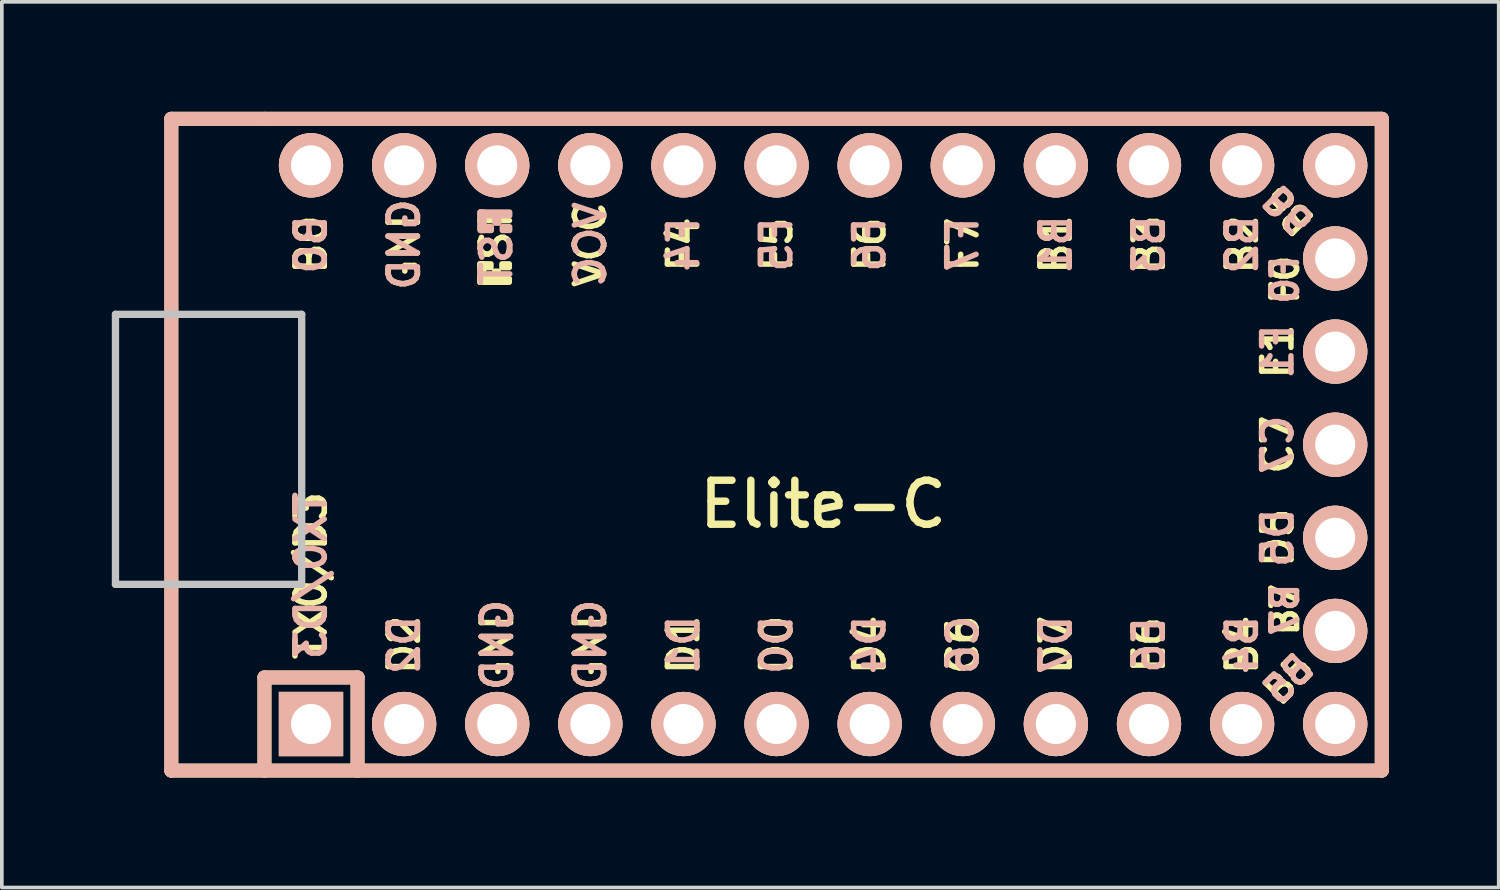
<source format=kicad_pcb>
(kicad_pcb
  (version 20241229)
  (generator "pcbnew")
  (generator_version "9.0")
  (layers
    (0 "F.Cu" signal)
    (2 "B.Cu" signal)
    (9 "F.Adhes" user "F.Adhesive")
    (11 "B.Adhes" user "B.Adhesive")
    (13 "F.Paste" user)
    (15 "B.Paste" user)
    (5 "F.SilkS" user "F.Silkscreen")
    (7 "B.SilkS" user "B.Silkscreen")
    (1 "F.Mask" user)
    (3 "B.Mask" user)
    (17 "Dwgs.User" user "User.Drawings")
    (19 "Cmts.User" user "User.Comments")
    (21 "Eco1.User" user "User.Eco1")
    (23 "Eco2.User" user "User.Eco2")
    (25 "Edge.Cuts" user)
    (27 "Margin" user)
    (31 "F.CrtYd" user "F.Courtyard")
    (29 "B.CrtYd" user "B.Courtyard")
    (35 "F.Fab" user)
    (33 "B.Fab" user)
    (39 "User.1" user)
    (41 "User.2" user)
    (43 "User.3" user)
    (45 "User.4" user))
  (footprint "Elite-C"
    (layer "F.Cu")
    (at 19.404 9.081)
    (property "Reference" "Elite-C" (at 0 1.625 0) (layer "F.SilkS") (effects (font (size 1.2 1.2) (thickness 0.203))))
    (attr through_hole)
    (fp_line (start -17.78 -8.89) (end -17.78 8.89) (stroke (width 0.381) (type solid)) (layer "F.SilkS"))
    (fp_line (start -17.78 8.89) (end -15.24 8.89) (stroke (width 0.381) (type solid)) (layer "F.SilkS"))
    (fp_line (start -15.24 -8.89) (end -17.78 -8.89) (stroke (width 0.381) (type solid)) (layer "F.SilkS"))
    (fp_line (start -15.24 6.35) (end -15.24 8.89) (stroke (width 0.381) (type solid)) (layer "F.SilkS"))
    (fp_line (start -15.24 6.35) (end -12.7 6.35) (stroke (width 0.381) (type solid)) (layer "F.SilkS"))
    (fp_line (start -15.24 8.89) (end 15.24 8.89) (stroke (width 0.381) (type solid)) (layer "F.SilkS"))
    (fp_line (start -12.7 6.35) (end -12.7 8.89) (stroke (width 0.381) (type solid)) (layer "F.SilkS"))
    (fp_line (start 15.24 -8.89) (end -15.24 -8.89) (stroke (width 0.381) (type solid)) (layer "F.SilkS"))
    (fp_line (start 15.24 8.89) (end 15.24 -8.89) (stroke (width 0.381) (type solid)) (layer "F.SilkS"))
    (fp_poly (pts (xy -9.361 -4.932) (xy -9.261 -4.932) (xy -9.261 -4.432) (xy -9.361 -4.432)) (stroke (width 0.15) (type solid)) (fill yes) (layer "F.SilkS"))
    (fp_poly (pts (xy -9.361 -4.932) (xy -9.061 -4.932) (xy -9.061 -4.832) (xy -9.361 -4.832)) (stroke (width 0.15) (type solid)) (fill yes) (layer "F.SilkS"))
    (fp_poly (pts (xy -9.361 -4.532) (xy -8.561 -4.532) (xy -8.561 -4.432) (xy -9.361 -4.432)) (stroke (width 0.15) (type solid)) (fill yes) (layer "F.SilkS"))
    (fp_poly (pts (xy -8.961 -4.732) (xy -8.861 -4.732) (xy -8.861 -4.632) (xy -8.961 -4.632)) (stroke (width 0.15) (type solid)) (fill yes) (layer "F.SilkS"))
    (fp_poly (pts (xy -8.761 -4.932) (xy -8.561 -4.932) (xy -8.561 -4.832) (xy -8.761 -4.832)) (stroke (width 0.15) (type solid)) (fill yes) (layer "F.SilkS"))
    (fp_line (start -17.78 -8.89) (end -17.78 8.89) (stroke (width 0.381) (type solid)) (layer "B.SilkS"))
    (fp_line (start -17.78 8.89) (end 15.24 8.89) (stroke (width 0.381) (type solid)) (layer "B.SilkS"))
    (fp_line (start -15.24 6.35) (end -15.24 8.89) (stroke (width 0.381) (type solid)) (layer "B.SilkS"))
    (fp_line (start -15.24 6.35) (end -12.7 6.35) (stroke (width 0.381) (type solid)) (layer "B.SilkS"))
    (fp_line (start -12.7 6.35) (end -12.7 8.89) (stroke (width 0.381) (type solid)) (layer "B.SilkS"))
    (fp_line (start 15.24 -8.89) (end -17.78 -8.89) (stroke (width 0.381) (type solid)) (layer "B.SilkS"))
    (fp_line (start 15.24 8.89) (end 15.24 -8.89) (stroke (width 0.381) (type solid)) (layer "B.SilkS"))
    (fp_poly (pts (xy -9.351 -6.245) (xy -8.551 -6.245) (xy -8.551 -6.345) (xy -9.351 -6.345)) (stroke (width 0.15) (type solid)) (fill yes) (layer "B.SilkS"))
    (fp_poly (pts (xy -9.351 -5.845) (xy -9.251 -5.845) (xy -9.251 -6.345) (xy -9.351 -6.345)) (stroke (width 0.15) (type solid)) (fill yes) (layer "B.SilkS"))
    (fp_poly (pts (xy -9.351 -5.845) (xy -9.051 -5.845) (xy -9.051 -5.945) (xy -9.351 -5.945)) (stroke (width 0.15) (type solid)) (fill yes) (layer "B.SilkS"))
    (fp_poly (pts (xy -8.951 -6.045) (xy -8.851 -6.045) (xy -8.851 -6.145) (xy -8.951 -6.145)) (stroke (width 0.15) (type solid)) (fill yes) (layer "B.SilkS"))
    (fp_poly (pts (xy -8.751 -5.845) (xy -8.551 -5.845) (xy -8.551 -5.945) (xy -8.751 -5.945)) (stroke (width 0.15) (type solid)) (fill yes) (layer "B.SilkS"))
    (fp_line (start -19.304 -3.556) (end -14.224 -3.556) (stroke (width 0.2) (type solid)) (layer "Dwgs.User"))
    (fp_line (start -19.304 3.81) (end -19.304 -3.556) (stroke (width 0.2) (type solid)) (layer "Dwgs.User"))
    (fp_line (start -14.224 -3.556) (end -14.224 3.81) (stroke (width 0.2) (type solid)) (layer "Dwgs.User"))
    (fp_line (start -14.224 3.81) (end -19.304 3.81) (stroke (width 0.2) (type solid)) (layer "Dwgs.User"))
    (fp_text user "B0" (at -13.97 -5.461 90) (layer "F.SilkS") (effects (font (size 0.8 0.8) (thickness 0.15))))
    (fp_text user "C6" (at 3.81 5.461 90) (layer "F.SilkS") (effects (font (size 0.8 0.8) (thickness 0.15))))
    (fp_text user "B5" (at 12.7 6.4 45) (layer "F.SilkS") (effects (font (size 0.7 0.7) (thickness 0.15))))
    (fp_text user "GND" (at -6.35 5.461 90) (layer "F.SilkS") (effects (font (size 0.8 0.8) (thickness 0.15))))
    (fp_text user "B2" (at 11.43 -5.461 90) (layer "F.SilkS") (effects (font (size 0.8 0.8) (thickness 0.15))))
    (fp_text user "C7" (at 12.4 0 90) (layer "F.SilkS") (effects (font (size 0.8 0.8) (thickness 0.15))))
    (fp_text user "F0" (at 12.6 -4.5 90) (layer "F.SilkS") (effects (font (size 0.7 0.7) (thickness 0.15))))
    (fp_text user "ST" (at -8.92 -5.733 90) (layer "F.SilkS") (effects (font (size 0.8 0.8) (thickness 0.15))))
    (fp_text user "B3" (at 8.89 -5.461 90) (layer "F.SilkS") (effects (font (size 0.8 0.8) (thickness 0.15))))
    (fp_text user "D1" (at -3.81 5.461 90) (layer "F.SilkS") (effects (font (size 0.8 0.8) (thickness 0.15))))
    (fp_text user "D4" (at 1.27 5.461 90) (layer "F.SilkS") (effects (font (size 0.8 0.8) (thickness 0.15))))
    (fp_text user "VCC" (at -6.35 -5.461 90) (layer "F.SilkS") (effects (font (size 0.8 0.8) (thickness 0.15))))
    (fp_text user "GND" (at -11.43 -5.461 90) (layer "F.SilkS") (effects (font (size 0.8 0.8) (thickness 0.15))))
    (fp_text user "E6" (at 8.89 5.461 90) (layer "F.SilkS") (effects (font (size 0.8 0.8) (thickness 0.15))))
    (fp_text user "B7" (at 12.6 4.5 90) (layer "F.SilkS") (effects (font (size 0.7 0.7) (thickness 0.15))))
    (fp_text user "F5" (at -1.27 -5.461 90) (layer "F.SilkS") (effects (font (size 0.8 0.8) (thickness 0.15))))
    (fp_text user "B1" (at 6.35 -5.461 90) (layer "F.SilkS") (effects (font (size 0.8 0.8) (thickness 0.15))))
    (fp_text user "F1" (at 12.4 -2.54 90) (layer "F.SilkS") (effects (font (size 0.8 0.8) (thickness 0.15))))
    (fp_text user "F7" (at 3.81 -5.461 90) (layer "F.SilkS") (effects (font (size 0.8 0.8) (thickness 0.15))))
    (fp_text user "D7" (at 6.35 5.461 90) (layer "F.SilkS") (effects (font (size 0.8 0.8) (thickness 0.15))))
    (fp_text user "D5" (at 12.4 2.54 90) (layer "F.SilkS") (effects (font (size 0.8 0.8) (thickness 0.15))))
    (fp_text user "B4" (at 11.43 5.461 90) (layer "F.SilkS") (effects (font (size 0.8 0.8) (thickness 0.15))))
    (fp_text user "TX0/D3" (at -13.97 3.572 90) (layer "F.SilkS") (effects (font (size 0.8 0.8) (thickness 0.15))))
    (fp_text user "D2" (at -11.43 5.461 90) (layer "F.SilkS") (effects (font (size 0.8 0.8) (thickness 0.15))))
    (fp_text user "B6" (at 12.7 -6.4 135) (unlocked yes) (layer "F.SilkS") (effects (font (size 0.7 0.7) (thickness 0.15))))
    (fp_text user "F4" (at -3.81 -5.461 90) (layer "F.SilkS") (effects (font (size 0.8 0.8) (thickness 0.15))))
    (fp_text user "F6" (at 1.27 -5.461 90) (layer "F.SilkS") (effects (font (size 0.8 0.8) (thickness 0.15))))
    (fp_text user "D0" (at -1.27 5.461 90) (layer "F.SilkS") (effects (font (size 0.8 0.8) (thickness 0.15))))
    (fp_text user "GND" (at -8.89 5.461 90) (layer "F.SilkS") (effects (font (size 0.8 0.8) (thickness 0.15))))
    (fp_text user "F7" (at 3.81 -5.461 90) (layer "B.SilkS") (effects (font (size 0.8 0.8) (thickness 0.15)) (justify mirror)))
    (fp_text user "B4" (at 11.43 5.461 90) (layer "B.SilkS") (effects (font (size 0.8 0.8) (thickness 0.15)) (justify mirror)))
    (fp_text user "F6" (at 1.27 -5.461 90) (layer "B.SilkS") (effects (font (size 0.8 0.8) (thickness 0.15)) (justify mirror)))
    (fp_text user "B1" (at 6.35 -5.461 90) (layer "B.SilkS") (effects (font (size 0.8 0.8) (thickness 0.15)) (justify mirror)))
    (fp_text user "B7" (at 12.6 4.5 90) (layer "B.SilkS") (effects (font (size 0.7 0.7) (thickness 0.15)) (justify mirror)))
    (fp_text user "GND" (at -8.89 5.461 90) (layer "B.SilkS") (effects (font (size 0.8 0.8) (thickness 0.15)) (justify mirror)))
    (fp_text user "B3" (at 8.89 -5.461 90) (layer "B.SilkS") (effects (font (size 0.8 0.8) (thickness 0.15)) (justify mirror)))
    (fp_text user "D2" (at -11.43 5.461 90) (layer "B.SilkS") (effects (font (size 0.8 0.8) (thickness 0.15)) (justify mirror)))
    (fp_text user "ST" (at -8.91 -5.04 90) (layer "B.SilkS") (effects (font (size 0.8 0.8) (thickness 0.15)) (justify mirror)))
    (fp_text user "B2" (at 11.43 -5.461 90) (layer "B.SilkS") (effects (font (size 0.8 0.8) (thickness 0.15)) (justify mirror)))
    (fp_text user "GND" (at -6.35 5.461 90) (layer "B.SilkS") (effects (font (size 0.8 0.8) (thickness 0.15)) (justify mirror)))
    (fp_text user "TX0/D3" (at -13.97 3.572 90) (layer "B.SilkS") (effects (font (size 0.8 0.8) (thickness 0.15)) (justify mirror)))
    (fp_text user "F0" (at 12.6 -4.5 90) (layer "B.SilkS") (effects (font (size 0.7 0.7) (thickness 0.15)) (justify mirror)))
    (fp_text user "B6" (at 12.7 -6.4 135) (unlocked yes) (layer "B.SilkS") (effects (font (size 0.7 0.7) (thickness 0.15)) (justify mirror)))
    (fp_text user "D0" (at -1.27 5.461 90) (layer "B.SilkS") (effects (font (size 0.8 0.8) (thickness 0.15)) (justify mirror)))
    (fp_text user "D5" (at 12.4 2.54 90) (layer "B.SilkS") (effects (font (size 0.8 0.8) (thickness 0.15)) (justify mirror)))
    (fp_text user "B0" (at -13.97 -5.461 90) (layer "B.SilkS") (effects (font (size 0.8 0.8) (thickness 0.15)) (justify mirror)))
    (fp_text user "F4" (at -3.81 -5.461 90) (layer "B.SilkS") (effects (font (size 0.8 0.8) (thickness 0.15)) (justify mirror)))
    (fp_text user "B5" (at 12.7 6.4 45) (layer "B.SilkS") (effects (font (size 0.7 0.7) (thickness 0.15)) (justify mirror)))
    (fp_text user "C7" (at 12.4 0 90) (layer "B.SilkS") (effects (font (size 0.8 0.8) (thickness 0.15)) (justify mirror)))
    (fp_text user "D4" (at 1.27 5.461 90) (layer "B.SilkS") (effects (font (size 0.8 0.8) (thickness 0.15)) (justify mirror)))
    (fp_text user "E6" (at 8.89 5.461 90) (layer "B.SilkS") (effects (font (size 0.8 0.8) (thickness 0.15)) (justify mirror)))
    (fp_text user "D1" (at -3.81 5.461 90) (layer "B.SilkS") (effects (font (size 0.8 0.8) (thickness 0.15)) (justify mirror)))
    (fp_text user "C6" (at 3.81 5.461 90) (layer "B.SilkS") (effects (font (size 0.8 0.8) (thickness 0.15)) (justify mirror)))
    (fp_text user "D7" (at 6.35 5.461 90) (layer "B.SilkS") (effects (font (size 0.8 0.8) (thickness 0.15)) (justify mirror)))
    (fp_text user "F1" (at 12.4 -2.54 90) (layer "B.SilkS") (effects (font (size 0.8 0.8) (thickness 0.15)) (justify mirror)))
    (fp_text user "F5" (at -1.27 -5.461 90) (layer "B.SilkS") (effects (font (size 0.8 0.8) (thickness 0.15)) (justify mirror)))
    (fp_text user "GND" (at -11.43 -5.461 90) (layer "B.SilkS") (effects (font (size 0.8 0.8) (thickness 0.15)) (justify mirror)))
    (fp_text user "VCC" (at -6.35 -5.461 90) (layer "B.SilkS") (effects (font (size 0.8 0.8) (thickness 0.15)) (justify mirror)))
    (pad "1" thru_hole rect (at -13.97 7.62) (size 1.753 1.753) (drill 1.092) (layers "*.Cu" "*.SilkS" "*.Mask"))
    (pad "2" thru_hole circle (at -11.43 7.62) (size 1.753 1.753) (drill 1.092) (layers "*.Cu" "*.SilkS" "*.Mask"))
    (pad "3" thru_hole circle (at -8.89 7.62) (size 1.753 1.753) (drill 1.092) (layers "*.Cu" "*.SilkS" "*.Mask"))
    (pad "4" thru_hole circle (at -6.35 7.62) (size 1.753 1.753) (drill 1.092) (layers "*.Cu" "*.SilkS" "*.Mask"))
    (pad "5" thru_hole circle (at -3.81 7.62) (size 1.753 1.753) (drill 1.092) (layers "*.Cu" "*.SilkS" "*.Mask"))
    (pad "6" thru_hole circle (at -1.27 7.62) (size 1.753 1.753) (drill 1.092) (layers "*.Cu" "*.SilkS" "*.Mask"))
    (pad "7" thru_hole circle (at 1.27 7.62) (size 1.753 1.753) (drill 1.092) (layers "*.Cu" "*.SilkS" "*.Mask"))
    (pad "8" thru_hole circle (at 3.81 7.62) (size 1.753 1.753) (drill 1.092) (layers "*.Cu" "*.SilkS" "*.Mask"))
    (pad "9" thru_hole circle (at 6.35 7.62) (size 1.753 1.753) (drill 1.092) (layers "*.Cu" "*.SilkS" "*.Mask"))
    (pad "10" thru_hole circle (at 8.89 7.62) (size 1.753 1.753) (drill 1.092) (layers "*.Cu" "*.SilkS" "*.Mask"))
    (pad "11" thru_hole circle (at 11.43 7.62) (size 1.753 1.753) (drill 1.092) (layers "*.Cu" "*.SilkS" "*.Mask"))
    (pad "12" thru_hole circle (at 13.97 7.62) (size 1.753 1.753) (drill 1.092) (layers "*.Cu" "*.SilkS" "*.Mask"))
    (pad "13" thru_hole circle (at 13.97 -7.62) (size 1.753 1.753) (drill 1.092) (layers "*.Cu" "*.SilkS" "*.Mask"))
    (pad "14" thru_hole circle (at 11.43 -7.62) (size 1.753 1.753) (drill 1.092) (layers "*.Cu" "*.SilkS" "*.Mask"))
    (pad "15" thru_hole circle (at 8.89 -7.62) (size 1.753 1.753) (drill 1.092) (layers "*.Cu" "*.SilkS" "*.Mask"))
    (pad "16" thru_hole circle (at 6.35 -7.62) (size 1.753 1.753) (drill 1.092) (layers "*.Cu" "*.SilkS" "*.Mask"))
    (pad "17" thru_hole circle (at 3.81 -7.62) (size 1.753 1.753) (drill 1.092) (layers "*.Cu" "*.SilkS" "*.Mask"))
    (pad "18" thru_hole circle (at 1.27 -7.62) (size 1.753 1.753) (drill 1.092) (layers "*.Cu" "*.SilkS" "*.Mask"))
    (pad "19" thru_hole circle (at -1.27 -7.62) (size 1.753 1.753) (drill 1.092) (layers "*.Cu" "*.SilkS" "*.Mask"))
    (pad "20" thru_hole circle (at -3.81 -7.62) (size 1.753 1.753) (drill 1.092) (layers "*.Cu" "*.SilkS" "*.Mask"))
    (pad "21" thru_hole circle (at -6.35 -7.62) (size 1.753 1.753) (drill 1.092) (layers "*.Cu" "*.SilkS" "*.Mask"))
    (pad "22" thru_hole circle (at -8.89 -7.62) (size 1.753 1.753) (drill 1.092) (layers "*.Cu" "*.SilkS" "*.Mask"))
    (pad "23" thru_hole circle (at -11.43 -7.62) (size 1.753 1.753) (drill 1.092) (layers "*.Cu" "*.SilkS" "*.Mask"))
    (pad "24" thru_hole circle (at -13.97 -7.62) (size 1.753 1.753) (drill 1.092) (layers "*.Cu" "*.SilkS" "*.Mask"))
    (pad "25" thru_hole circle (at 13.97 5.08) (size 1.753 1.753) (drill 1.092) (layers "*.Cu" "*.SilkS" "*.Mask"))
    (pad "26" thru_hole circle (at 13.97 2.54) (size 1.753 1.753) (drill 1.092) (layers "*.Cu" "*.SilkS" "*.Mask"))
    (pad "27" thru_hole circle (at 13.97 0) (size 1.753 1.753) (drill 1.092) (layers "*.Cu" "*.SilkS" "*.Mask"))
    (pad "28" thru_hole circle (at 13.97 -2.54) (size 1.753 1.753) (drill 1.092) (layers "*.Cu" "*.SilkS" "*.Mask"))
    (pad "29" thru_hole circle (at 13.97 -5.08) (size 1.753 1.753) (drill 1.092) (layers "*.Cu" "*.SilkS" "*.Mask")))
  (gr_rect
    (start -3 -3)
    (end 37.834 21.161)
    (stroke (width 0.1) (type default))
    (fill no)
    (layer "Edge.Cuts")))
</source>
